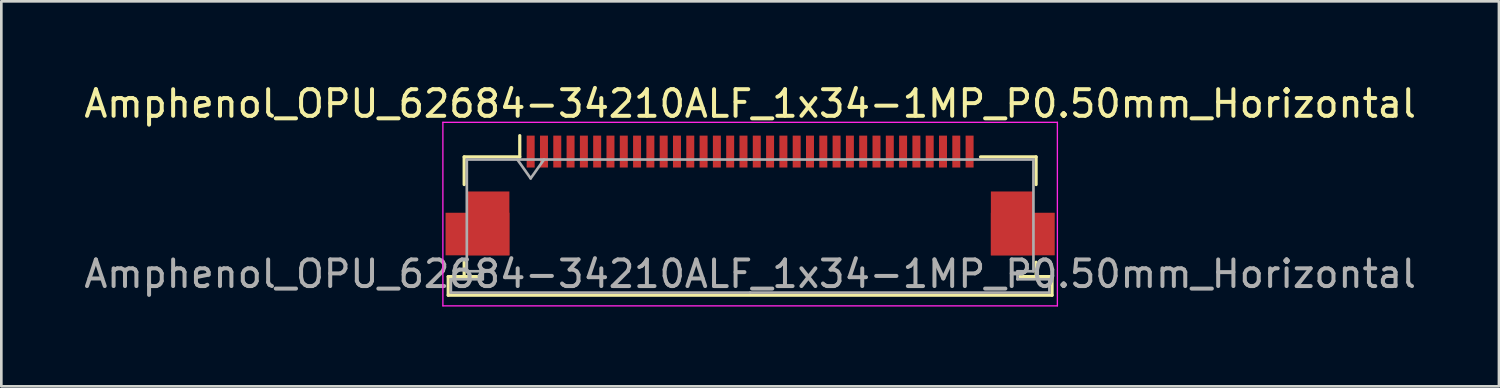
<source format=kicad_pcb>
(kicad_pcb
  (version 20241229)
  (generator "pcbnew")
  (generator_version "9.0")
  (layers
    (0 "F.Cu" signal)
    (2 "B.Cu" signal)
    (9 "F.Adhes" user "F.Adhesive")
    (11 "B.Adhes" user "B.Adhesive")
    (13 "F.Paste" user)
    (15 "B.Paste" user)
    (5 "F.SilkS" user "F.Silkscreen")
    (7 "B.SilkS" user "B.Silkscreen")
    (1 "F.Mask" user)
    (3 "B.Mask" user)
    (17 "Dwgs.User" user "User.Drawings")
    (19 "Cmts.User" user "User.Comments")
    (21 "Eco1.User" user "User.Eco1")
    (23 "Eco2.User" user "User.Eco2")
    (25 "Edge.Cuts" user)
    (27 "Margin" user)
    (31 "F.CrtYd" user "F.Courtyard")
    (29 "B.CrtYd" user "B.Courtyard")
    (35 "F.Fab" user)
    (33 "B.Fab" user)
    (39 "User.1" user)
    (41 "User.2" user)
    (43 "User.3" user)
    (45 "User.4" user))
  (footprint "Amphenol_OPU_62684-34210ALF_1x34-1MP_P0.50mm_Horizontal"
    (layer "F.Cu")
    (at 25.149 4.298)
    (property "Reference" "Amphenol_OPU_62684-34210ALF_1x34-1MP_P0.50mm_Horizontal" (at 0 -3.45 0) (layer "F.SilkS") (effects (font (size 1 1) (thickness 0.15))))
    (attr smd)
    (fp_line (start -11.35 3.05) (end -11.35 3.75) (stroke (width 0.12) (type solid)) (layer "F.SilkS"))
    (fp_line (start -11.35 3.75) (end 11.35 3.75) (stroke (width 0.12) (type solid)) (layer "F.SilkS"))
    (fp_line (start -10.75 -1.45) (end -10.75 -0.41) (stroke (width 0.12) (type solid)) (layer "F.SilkS"))
    (fp_line (start -10.75 2.51) (end -10.75 3.05) (stroke (width 0.12) (type solid)) (layer "F.SilkS"))
    (fp_line (start -10.75 3.05) (end -10.15 3.05) (stroke (width 0.12) (type solid)) (layer "F.SilkS"))
    (fp_line (start -10.15 3.05) (end -11.35 3.05) (stroke (width 0.12) (type solid)) (layer "F.SilkS"))
    (fp_line (start -8.66 -1.45) (end -10.75 -1.45) (stroke (width 0.12) (type solid)) (layer "F.SilkS"))
    (fp_line (start -8.66 -1.45) (end -8.66 -2.25) (stroke (width 0.12) (type solid)) (layer "F.SilkS"))
    (fp_line (start 8.66 -1.45) (end 10.75 -1.45) (stroke (width 0.12) (type solid)) (layer "F.SilkS"))
    (fp_line (start 10.15 3.05) (end 10.75 3.05) (stroke (width 0.12) (type solid)) (layer "F.SilkS"))
    (fp_line (start 10.75 -1.45) (end 10.75 -0.41) (stroke (width 0.12) (type solid)) (layer "F.SilkS"))
    (fp_line (start 10.75 3.05) (end 10.75 2.51) (stroke (width 0.12) (type solid)) (layer "F.SilkS"))
    (fp_line (start 11.35 3.05) (end 10.15 3.05) (stroke (width 0.12) (type solid)) (layer "F.SilkS"))
    (fp_line (start 11.35 3.75) (end 11.35 3.05) (stroke (width 0.12) (type solid)) (layer "F.SilkS"))
    (fp_line (start -11.55 -2.75) (end -11.55 4.15) (stroke (width 0.05) (type solid)) (layer "F.CrtYd"))
    (fp_line (start -11.55 4.15) (end 11.55 4.15) (stroke (width 0.05) (type solid)) (layer "F.CrtYd"))
    (fp_line (start 11.55 -2.75) (end -11.55 -2.75) (stroke (width 0.05) (type solid)) (layer "F.CrtYd"))
    (fp_line (start 11.55 4.15) (end 11.55 -2.75) (stroke (width 0.05) (type solid)) (layer "F.CrtYd"))
    (fp_line (start -11.25 3.15) (end -11.25 3.65) (stroke (width 0.1) (type solid)) (layer "F.Fab"))
    (fp_line (start -11.25 3.65) (end 0 3.65) (stroke (width 0.1) (type solid)) (layer "F.Fab"))
    (fp_line (start -10.65 -1.35) (end -10.65 2.85) (stroke (width 0.1) (type solid)) (layer "F.Fab"))
    (fp_line (start -10.65 2.85) (end -10.05 2.85) (stroke (width 0.1) (type solid)) (layer "F.Fab"))
    (fp_line (start -10.05 2.85) (end -10.05 3.15) (stroke (width 0.1) (type solid)) (layer "F.Fab"))
    (fp_line (start -10.05 3.15) (end -11.25 3.15) (stroke (width 0.1) (type solid)) (layer "F.Fab"))
    (fp_line (start -8.75 -1.35) (end -8.25 -0.643) (stroke (width 0.1) (type solid)) (layer "F.Fab"))
    (fp_line (start -8.25 -0.643) (end -7.75 -1.35) (stroke (width 0.1) (type solid)) (layer "F.Fab"))
    (fp_line (start 0 -1.35) (end -10.65 -1.35) (stroke (width 0.1) (type solid)) (layer "F.Fab"))
    (fp_line (start 0 -1.35) (end 10.65 -1.35) (stroke (width 0.1) (type solid)) (layer "F.Fab"))
    (fp_line (start 10.05 2.85) (end 10.05 3.15) (stroke (width 0.1) (type solid)) (layer "F.Fab"))
    (fp_line (start 10.05 3.15) (end 11.25 3.15) (stroke (width 0.1) (type solid)) (layer "F.Fab"))
    (fp_line (start 10.65 -1.35) (end 10.65 2.85) (stroke (width 0.1) (type solid)) (layer "F.Fab"))
    (fp_line (start 10.65 2.85) (end 10.05 2.85) (stroke (width 0.1) (type solid)) (layer "F.Fab"))
    (fp_line (start 11.25 3.15) (end 11.25 3.65) (stroke (width 0.1) (type solid)) (layer "F.Fab"))
    (fp_line (start 11.25 3.65) (end 0 3.65) (stroke (width 0.1) (type solid)) (layer "F.Fab"))
    (fp_text user "${REFERENCE}" (at 0 2.95 0) (layer "F.Fab") (effects (font (size 1 1) (thickness 0.15))))
    (pad "1" smd rect (at -8.25 -1.65) (size 0.3 1.2) (layers "F.Cu" "F.Mask" "F.Paste"))
    (pad "2" smd rect (at -7.75 -1.65) (size 0.3 1.2) (layers "F.Cu" "F.Mask" "F.Paste"))
    (pad "3" smd rect (at -7.25 -1.65) (size 0.3 1.2) (layers "F.Cu" "F.Mask" "F.Paste"))
    (pad "4" smd rect (at -6.75 -1.65) (size 0.3 1.2) (layers "F.Cu" "F.Mask" "F.Paste"))
    (pad "5" smd rect (at -6.25 -1.65) (size 0.3 1.2) (layers "F.Cu" "F.Mask" "F.Paste"))
    (pad "6" smd rect (at -5.75 -1.65) (size 0.3 1.2) (layers "F.Cu" "F.Mask" "F.Paste"))
    (pad "7" smd rect (at -5.25 -1.65) (size 0.3 1.2) (layers "F.Cu" "F.Mask" "F.Paste"))
    (pad "8" smd rect (at -4.75 -1.65) (size 0.3 1.2) (layers "F.Cu" "F.Mask" "F.Paste"))
    (pad "9" smd rect (at -4.25 -1.65) (size 0.3 1.2) (layers "F.Cu" "F.Mask" "F.Paste"))
    (pad "10" smd rect (at -3.75 -1.65) (size 0.3 1.2) (layers "F.Cu" "F.Mask" "F.Paste"))
    (pad "11" smd rect (at -3.25 -1.65) (size 0.3 1.2) (layers "F.Cu" "F.Mask" "F.Paste"))
    (pad "12" smd rect (at -2.75 -1.65) (size 0.3 1.2) (layers "F.Cu" "F.Mask" "F.Paste"))
    (pad "13" smd rect (at -2.25 -1.65) (size 0.3 1.2) (layers "F.Cu" "F.Mask" "F.Paste"))
    (pad "14" smd rect (at -1.75 -1.65) (size 0.3 1.2) (layers "F.Cu" "F.Mask" "F.Paste"))
    (pad "15" smd rect (at -1.25 -1.65) (size 0.3 1.2) (layers "F.Cu" "F.Mask" "F.Paste"))
    (pad "16" smd rect (at -0.75 -1.65) (size 0.3 1.2) (layers "F.Cu" "F.Mask" "F.Paste"))
    (pad "17" smd rect (at -0.25 -1.65) (size 0.3 1.2) (layers "F.Cu" "F.Mask" "F.Paste"))
    (pad "18" smd rect (at 0.25 -1.65) (size 0.3 1.2) (layers "F.Cu" "F.Mask" "F.Paste"))
    (pad "19" smd rect (at 0.75 -1.65) (size 0.3 1.2) (layers "F.Cu" "F.Mask" "F.Paste"))
    (pad "20" smd rect (at 1.25 -1.65) (size 0.3 1.2) (layers "F.Cu" "F.Mask" "F.Paste"))
    (pad "21" smd rect (at 1.75 -1.65) (size 0.3 1.2) (layers "F.Cu" "F.Mask" "F.Paste"))
    (pad "22" smd rect (at 2.25 -1.65) (size 0.3 1.2) (layers "F.Cu" "F.Mask" "F.Paste"))
    (pad "23" smd rect (at 2.75 -1.65) (size 0.3 1.2) (layers "F.Cu" "F.Mask" "F.Paste"))
    (pad "24" smd rect (at 3.25 -1.65) (size 0.3 1.2) (layers "F.Cu" "F.Mask" "F.Paste"))
    (pad "25" smd rect (at 3.75 -1.65) (size 0.3 1.2) (layers "F.Cu" "F.Mask" "F.Paste"))
    (pad "26" smd rect (at 4.25 -1.65) (size 0.3 1.2) (layers "F.Cu" "F.Mask" "F.Paste"))
    (pad "27" smd rect (at 4.75 -1.65) (size 0.3 1.2) (layers "F.Cu" "F.Mask" "F.Paste"))
    (pad "28" smd rect (at 5.25 -1.65) (size 0.3 1.2) (layers "F.Cu" "F.Mask" "F.Paste"))
    (pad "29" smd rect (at 5.75 -1.65) (size 0.3 1.2) (layers "F.Cu" "F.Mask" "F.Paste"))
    (pad "30" smd rect (at 6.25 -1.65) (size 0.3 1.2) (layers "F.Cu" "F.Mask" "F.Paste"))
    (pad "31" smd rect (at 6.75 -1.65) (size 0.3 1.2) (layers "F.Cu" "F.Mask" "F.Paste"))
    (pad "32" smd rect (at 7.25 -1.65) (size 0.3 1.2) (layers "F.Cu" "F.Mask" "F.Paste"))
    (pad "33" smd rect (at 7.75 -1.65) (size 0.3 1.2) (layers "F.Cu" "F.Mask" "F.Paste"))
    (pad "34" smd rect (at 8.25 -1.65) (size 0.3 1.2) (layers "F.Cu" "F.Mask" "F.Paste"))
    (pad "MP" smd rect (at -10.25 1.45) (size 2.4 1.6) (layers "F.Cu" "F.Mask" "F.Paste"))
    (pad "MP" smd rect (at -9.85 1.05) (size 1.6 2.4) (layers "F.Cu" "F.Mask" "F.Paste"))
    (pad "MP" smd rect (at 9.85 1.05) (size 1.6 2.4) (layers "F.Cu" "F.Mask" "F.Paste"))
    (pad "MP" smd rect (at 10.25 1.45) (size 2.4 1.6) (layers "F.Cu" "F.Mask" "F.Paste")))
  (gr_rect
    (start -3 -3)
    (end 53.298 11.473)
    (stroke (width 0.1) (type default))
    (fill no)
    (layer "Edge.Cuts")))
</source>
